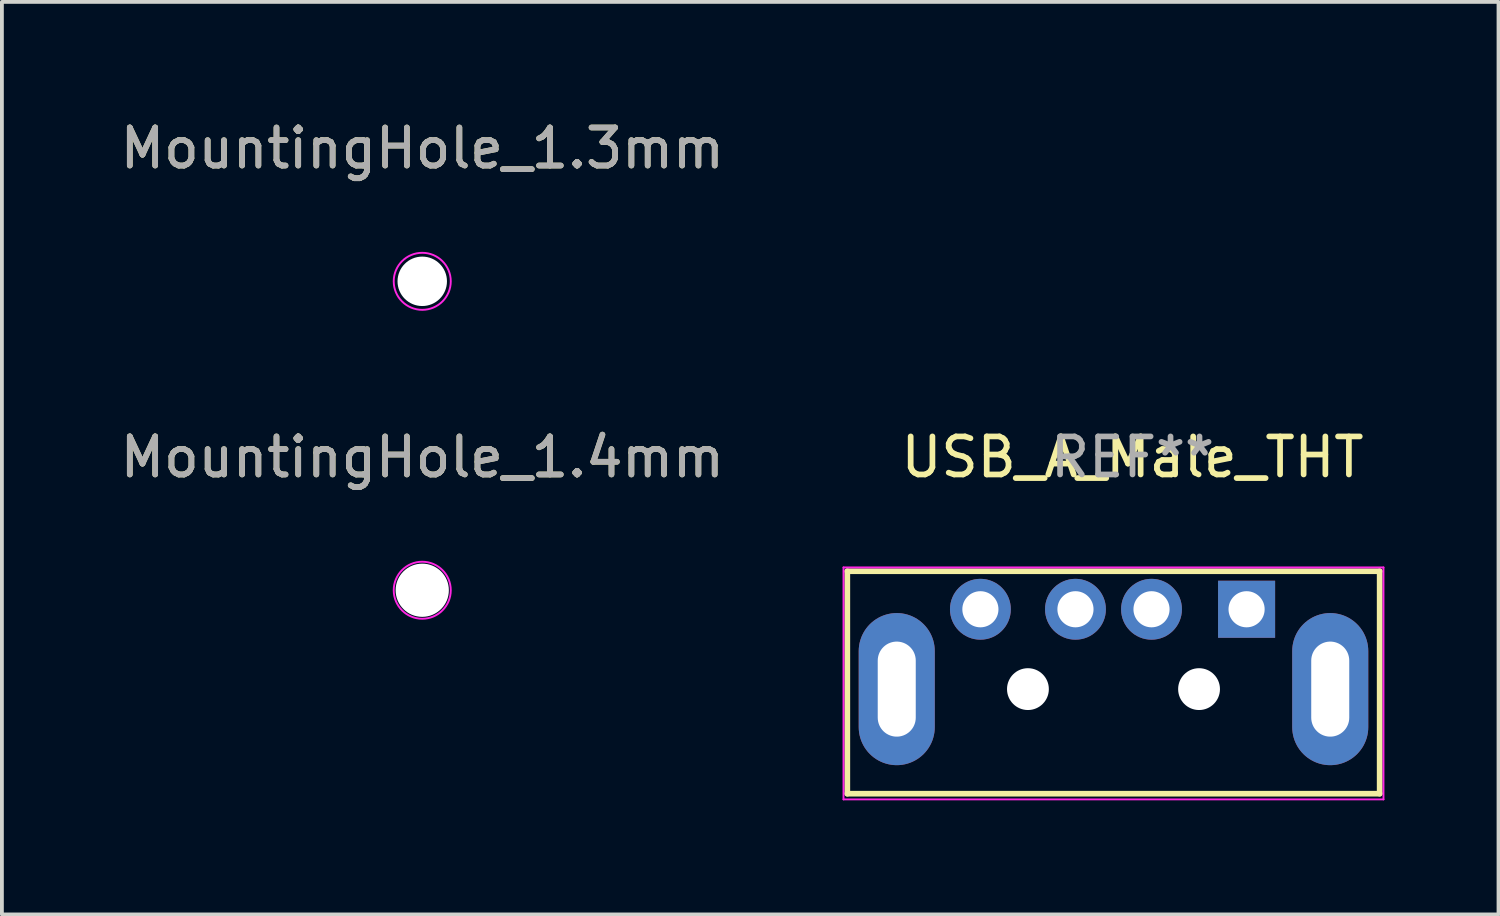
<source format=kicad_pcb>
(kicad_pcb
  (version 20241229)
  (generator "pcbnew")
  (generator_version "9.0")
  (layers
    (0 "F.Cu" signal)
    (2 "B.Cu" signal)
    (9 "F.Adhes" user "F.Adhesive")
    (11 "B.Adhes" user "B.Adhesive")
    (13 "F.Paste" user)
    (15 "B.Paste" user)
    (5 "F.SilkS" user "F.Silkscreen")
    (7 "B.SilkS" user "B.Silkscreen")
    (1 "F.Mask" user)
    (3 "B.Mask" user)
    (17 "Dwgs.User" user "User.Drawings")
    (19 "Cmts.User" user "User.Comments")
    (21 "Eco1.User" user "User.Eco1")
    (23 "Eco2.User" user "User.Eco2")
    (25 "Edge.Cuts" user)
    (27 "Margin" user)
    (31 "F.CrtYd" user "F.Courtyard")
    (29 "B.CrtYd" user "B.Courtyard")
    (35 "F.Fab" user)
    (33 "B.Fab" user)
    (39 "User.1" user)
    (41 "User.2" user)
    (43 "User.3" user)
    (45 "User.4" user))
  (footprint "MountingHole_1.3mm"
    (layer "F.Cu")
    (at 8.054 4.348)
    (property "Reference" "MountingHole_1.3mm" (at 0 -3.5 0) (layer "F.SilkS") (effects (font (size 1 1) (thickness 0.15))))
    (attr exclude_from_pos_files exclude_from_bom)
    (fp_circle (center 0 0) (end 0.75 0) (stroke (width 0.05) (type solid)) (fill no) (layer "F.CrtYd"))
    (fp_text user "${REFERENCE}" (at 0 -3.5 0) (layer "F.Fab") (effects (font (size 1 1) (thickness 0.15))))
    (pad "" np_thru_hole circle (at 0 0) (size 1.3 1.3) (drill 1.3) (layers "*.Cu" "*.Mask")))
  (footprint "USB_A_Male_THT"
    (layer "F.Cu")
    (at 29.732 12.972)
    (property "Reference" "USB_A_Male_THT" (at -3 -4 0) (layer "F.SilkS") (effects (font (size 1 1) (thickness 0.15))))
    (attr through_hole)
    (fp_line (start -10.5 -1) (end -10.5 4.85) (stroke (width 0.15) (type solid)) (layer "F.SilkS"))
    (fp_line (start -10.5 4.85) (end 3.5 4.85) (stroke (width 0.15) (type solid)) (layer "F.SilkS"))
    (fp_line (start 3.5 -1) (end -10.5 -1) (stroke (width 0.15) (type solid)) (layer "F.SilkS"))
    (fp_line (start 3.5 4.85) (end 3.5 -1) (stroke (width 0.15) (type solid)) (layer "F.SilkS"))
    (fp_line (start -10.6 5) (end -10.6 -1.1) (stroke (width 0.05) (type solid)) (layer "F.CrtYd"))
    (fp_line (start -10.6 5) (end 3.6 5) (stroke (width 0.05) (type solid)) (layer "F.CrtYd"))
    (fp_line (start 3.6 -1.1) (end -10.6 -1.1) (stroke (width 0.05) (type solid)) (layer "F.CrtYd"))
    (fp_line (start 3.6 5) (end 3.6 -1.1) (stroke (width 0.05) (type solid)) (layer "F.CrtYd"))
    (fp_text user "REF**" (at -3 -4 0) (layer "F.Fab") (effects (font (size 1 1) (thickness 0.15))))
    (pad "" np_thru_hole circle (at -5.75 2.1) (size 1.1 1.1) (drill 1.1) (layers "*.Cu" "*.Mask"))
    (pad "" np_thru_hole circle (at -1.25 2.1) (size 1.1 1.1) (drill 1.1) (layers "*.Cu" "*.Mask"))
    (pad "1" thru_hole rect (at 0 0) (size 1.5 1.5) (drill 0.95) (layers "*.Cu" "*.Mask"))
    (pad "2" thru_hole circle (at -2.5 0) (size 1.6 1.6) (drill 0.95) (layers "*.Cu" "*.Mask"))
    (pad "3" thru_hole circle (at -4.5 0) (size 1.6 1.6) (drill 0.95) (layers "*.Cu" "*.Mask"))
    (pad "4" thru_hole circle (at -7 0) (size 1.6 1.6) (drill 0.95) (layers "*.Cu" "*.Mask"))
    (pad "5" thru_hole oval (at -9.2 2.1) (size 2 4) (drill oval 1 2.5) (layers "*.Cu" "*.Mask"))
    (pad "5" thru_hole oval (at 2.2 2.1) (size 2 4) (drill oval 1 2.5) (layers "*.Cu" "*.Mask")))
  (footprint "MountingHole_1.4mm"
    (layer "F.Cu")
    (at 8.054 12.472)
    (property "Reference" "MountingHole_1.4mm" (at 0 -3.5 0) (layer "F.SilkS") (effects (font (size 1 1) (thickness 0.15))))
    (attr exclude_from_pos_files exclude_from_bom)
    (fp_circle (center 0 0) (end 0.75 0) (stroke (width 0.05) (type solid)) (fill no) (layer "F.CrtYd"))
    (fp_text user "${REFERENCE}" (at 0 -3.5 0) (layer "F.Fab") (effects (font (size 1 1) (thickness 0.15))))
    (pad "" np_thru_hole circle (at 0 0) (size 1.4 1.4) (drill 1.4) (layers "*.Cu" "*.Mask")))
  (gr_rect
    (start -3 -3)
    (end 36.357 20.997)
    (stroke (width 0.1) (type default))
    (fill no)
    (layer "Edge.Cuts")))
</source>
